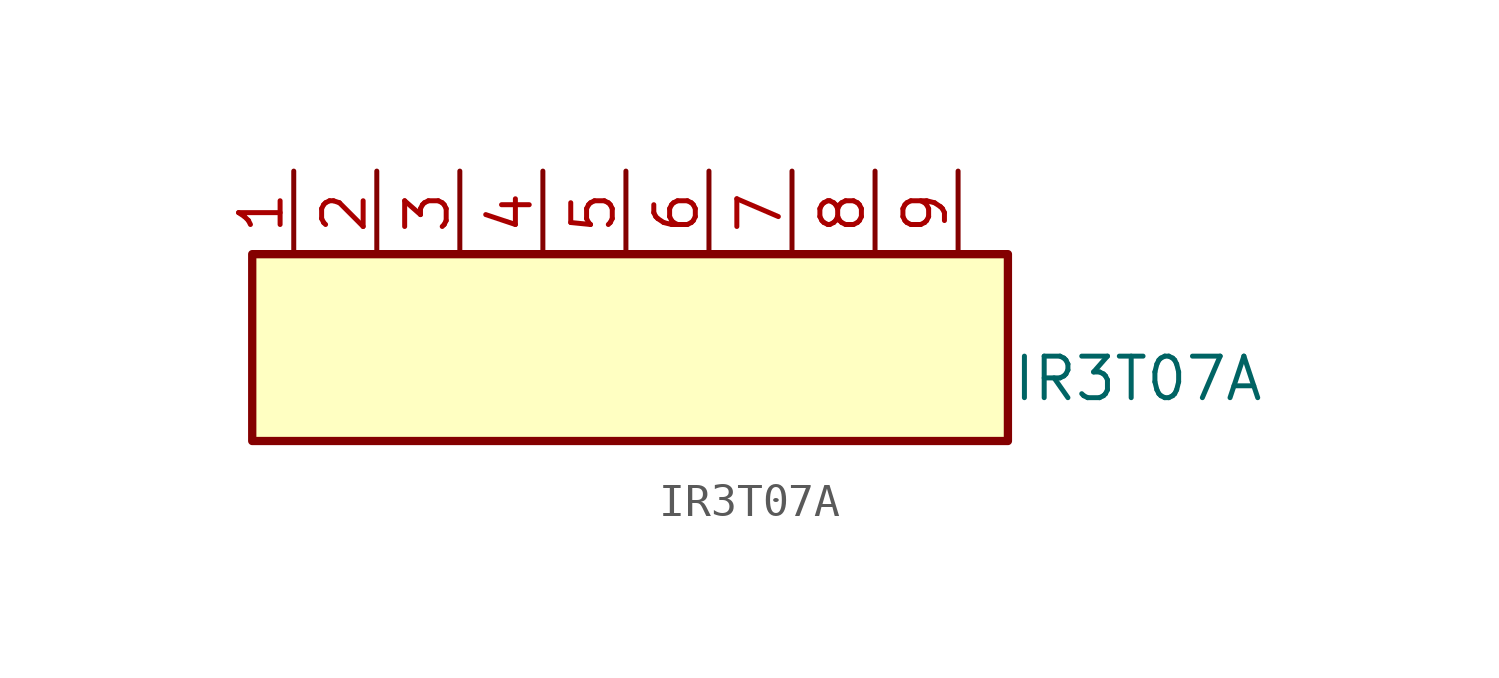
<source format=kicad_sym>
(kicad_symbol_lib
  (version 20231120)
  (generator "kicad_symbol_editor")
  (generator_version "8.0")
  (symbol "IR3T07A"
    (pin_names
      (offset 0) hide)
    (property "Reference" "IR"
      (at 9.246 1.27 0)
      (effects (font (size 1.27 1.27)) (justify left) (hide yes)))
    (property "Value" "IR3T07A"
      (at 9.246 -1.27 0)
      (effects (font (size 1.27 1.27)) (justify left)))
    (symbol "IR3T07A_0_1"
      (rectangle (start -13.97 2.54) (end 9.144 -3.175) (stroke (width 0.254) (type default)) (fill (type background))))
    (symbol "IR3T07A_1_0"
      (pin passive line (at 0 5.08 270) (length 2.54) (name "C5" (effects (font (size 1.27 1.27)))) (number "6" (effects (font (size 1.27 1.27)))))
      (pin passive line (at 2.54 5.08 270) (length 2.54) (name "C6" (effects (font (size 1.27 1.27)))) (number "7" (effects (font (size 1.27 1.27)))))
      (pin passive line (at 5.08 5.08 270) (length 2.54) (name "C7" (effects (font (size 1.27 1.27)))) (number "8" (effects (font (size 1.27 1.27)))))
      (pin passive line (at 7.62 5.08 270) (length 2.54) (name "C8" (effects (font (size 1.27 1.27)))) (number "9" (effects (font (size 1.27 1.27))))))
    (symbol "IR3T07A_1_1"
      (pin passive line (at -12.7 5.08 270) (length 2.54) (name "common" (effects (font (size 1.27 1.27)))) (number "1" (effects (font (size 1.27 1.27)))))
      (pin passive line (at -10.16 5.08 270) (length 2.54) (name "C1" (effects (font (size 1.27 1.27)))) (number "2" (effects (font (size 1.27 1.27)))))
      (pin passive line (at -7.62 5.08 270) (length 2.54) (name "C2" (effects (font (size 1.27 1.27)))) (number "3" (effects (font (size 1.27 1.27)))))
      (pin passive line (at -5.08 5.08 270) (length 2.54) (name "C3" (effects (font (size 1.27 1.27)))) (number "4" (effects (font (size 1.27 1.27)))))
      (pin passive line (at -2.54 5.08 270) (length 2.54) (name "C4" (effects (font (size 1.27 1.27)))) (number "5" (effects (font (size 1.27 1.27))))))))
</source>
